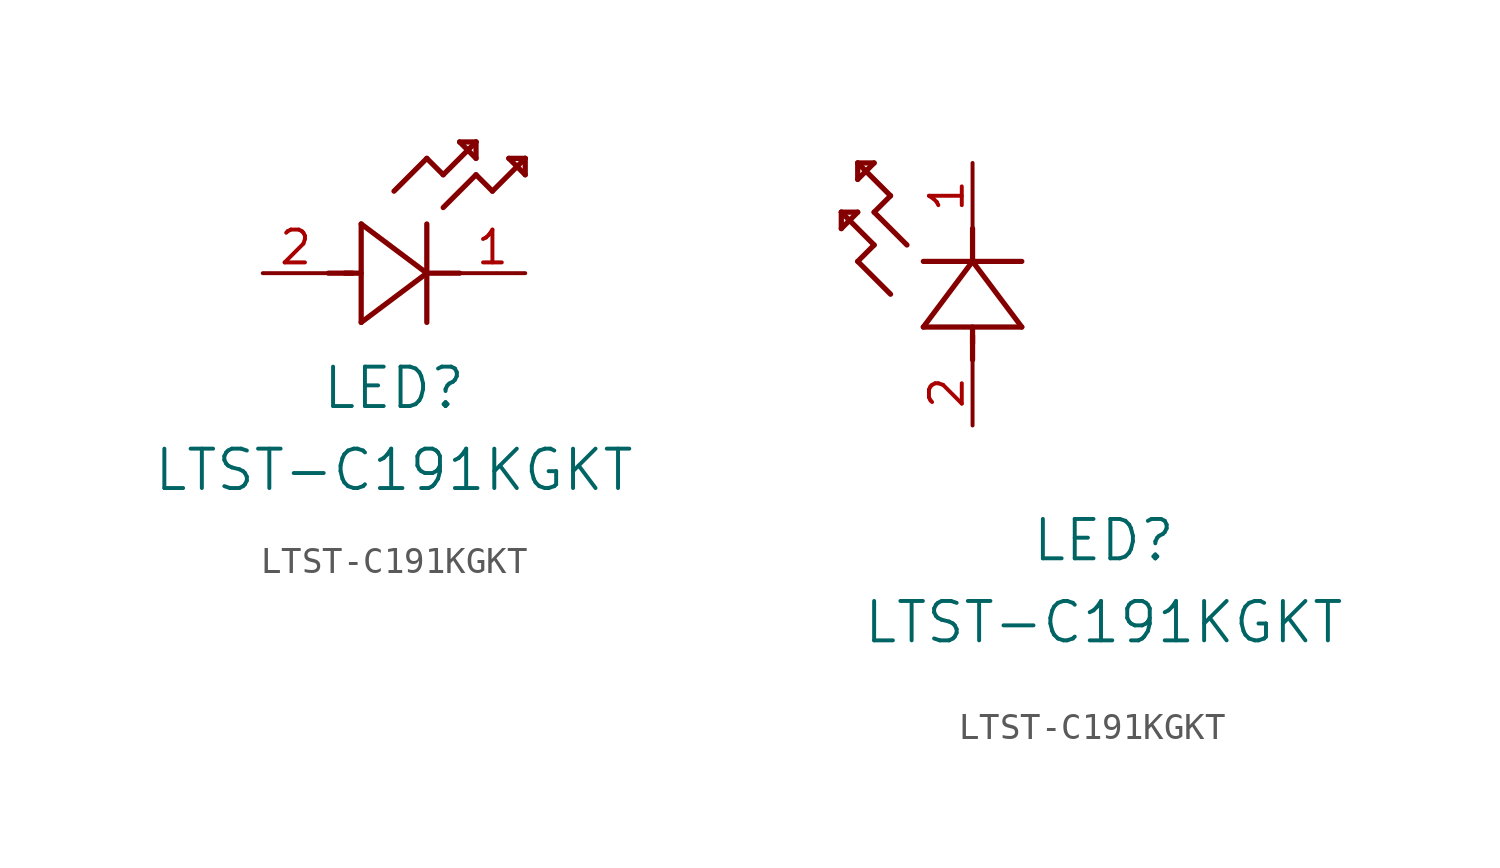
<source format=kicad_sym>
(kicad_symbol_lib
  (version 20211014)
  (generator kicad_symbol_editor)
  (symbol "LTST-C191KGKT"
    (pin_names
      (offset 0.254))
    (property "Reference" "LED"
      (at 5.08 -4.445 0)
      (effects (font (size 1.524 1.524))))
    (property "Value" "LTST-C191KGKT"
      (at 5.08 -7.62 0)
      (effects (font (size 1.524 1.524))))
    (symbol "LTST-C191KGKT_1_1"
      (polyline (pts (xy 2.54 0) (xy 3.48 0)) (stroke (width 0.203) (type default) (color 0 0 0 0)) (fill (type none)))
      (polyline (pts (xy 3.81 1.905) (xy 3.81 -1.905)) (stroke (width 0.203) (type default) (color 0 0 0 0)) (fill (type none)))
      (polyline (pts (xy 3.175 0) (xy 3.81 0)) (stroke (width 0.203) (type default) (color 0 0 0 0)) (fill (type none)))
      (polyline (pts (xy 6.35 -1.905) (xy 6.35 1.905)) (stroke (width 0.203) (type default) (color 0 0 0 0)) (fill (type none)))
      (polyline (pts (xy 6.35 0) (xy 7.62 0)) (stroke (width 0.203) (type default) (color 0 0 0 0)) (fill (type none)))
      (polyline (pts (xy 6.35 4.445) (xy 6.985 3.81)) (stroke (width 0.203) (type default) (color 0 0 0 0)) (fill (type none)))
      (polyline (pts (xy 6.985 3.81) (xy 8.255 5.08)) (stroke (width 0.203) (type default) (color 0 0 0 0)) (fill (type none)))
      (polyline (pts (xy 8.255 3.81) (xy 8.89 3.175)) (stroke (width 0.203) (type default) (color 0 0 0 0)) (fill (type none)))
      (polyline (pts (xy 8.89 3.175) (xy 10.16 4.445)) (stroke (width 0.203) (type default) (color 0 0 0 0)) (fill (type none)))
      (polyline (pts (xy 8.255 5.08) (xy 7.62 5.08)) (stroke (width 0.203) (type default) (color 0 0 0 0)) (fill (type none)))
      (polyline (pts (xy 7.62 5.08) (xy 8.255 4.445)) (stroke (width 0.203) (type default) (color 0 0 0 0)) (fill (type none)))
      (polyline (pts (xy 8.255 4.445) (xy 8.255 5.08)) (stroke (width 0.203) (type default) (color 0 0 0 0)) (fill (type none)))
      (polyline (pts (xy 10.16 4.445) (xy 9.525 4.445)) (stroke (width 0.203) (type default) (color 0 0 0 0)) (fill (type none)))
      (polyline (pts (xy 9.525 4.445) (xy 10.16 3.81)) (stroke (width 0.203) (type default) (color 0 0 0 0)) (fill (type none)))
      (polyline (pts (xy 10.16 3.81) (xy 10.16 4.445)) (stroke (width 0.203) (type default) (color 0 0 0 0)) (fill (type none)))
      (polyline (pts (xy 6.985 2.54) (xy 8.255 3.81)) (stroke (width 0.203) (type default) (color 0 0 0 0)) (fill (type none)))
      (polyline (pts (xy 6.35 0) (xy 3.81 1.905)) (stroke (width 0.203) (type default) (color 0 0 0 0)) (fill (type none)))
      (polyline (pts (xy 3.81 -1.905) (xy 6.35 0)) (stroke (width 0.203) (type default) (color 0 0 0 0)) (fill (type none)))
      (polyline (pts (xy 5.08 3.175) (xy 6.35 4.445)) (stroke (width 0.203) (type default) (color 0 0 0 0)) (fill (type none)))
      (pin unspecified line (at 10.16 0 180) (length 2.54) (name "" (effects (font (size 1.27 1.27)))) (number "1" (effects (font (size 1.27 1.27)))))
      (pin unspecified line (at 0 0 0) (length 2.54) (name "" (effects (font (size 1.27 1.27)))) (number "2" (effects (font (size 1.27 1.27))))))
    (symbol "LTST-C191KGKT_1_2"
      (polyline (pts (xy 0 2.54) (xy 0 3.48)) (stroke (width 0.203) (type default) (color 0 0 0 0)) (fill (type none)))
      (polyline (pts (xy -1.905 3.81) (xy 1.905 3.81)) (stroke (width 0.203) (type default) (color 0 0 0 0)) (fill (type none)))
      (polyline (pts (xy 0 3.175) (xy 0 3.81)) (stroke (width 0.203) (type default) (color 0 0 0 0)) (fill (type none)))
      (polyline (pts (xy 1.905 6.35) (xy -1.905 6.35)) (stroke (width 0.203) (type default) (color 0 0 0 0)) (fill (type none)))
      (polyline (pts (xy 0 6.35) (xy 0 7.62)) (stroke (width 0.203) (type default) (color 0 0 0 0)) (fill (type none)))
      (polyline (pts (xy 0 6.35) (xy -1.905 3.81)) (stroke (width 0.203) (type default) (color 0 0 0 0)) (fill (type none)))
      (polyline (pts (xy 1.905 3.81) (xy 0 6.35)) (stroke (width 0.203) (type default) (color 0 0 0 0)) (fill (type none)))
      (polyline (pts (xy -4.445 6.35) (xy -3.81 6.985)) (stroke (width 0.203) (type default) (color 0 0 0 0)) (fill (type none)))
      (polyline (pts (xy -2.54 6.985) (xy -3.81 8.255)) (stroke (width 0.203) (type default) (color 0 0 0 0)) (fill (type none)))
      (polyline (pts (xy -3.175 5.08) (xy -4.445 6.35)) (stroke (width 0.203) (type default) (color 0 0 0 0)) (fill (type none)))
      (polyline (pts (xy -4.445 10.16) (xy -4.445 9.525)) (stroke (width 0.203) (type default) (color 0 0 0 0)) (fill (type none)))
      (polyline (pts (xy -4.445 9.525) (xy -3.81 10.16)) (stroke (width 0.203) (type default) (color 0 0 0 0)) (fill (type none)))
      (polyline (pts (xy -3.81 10.16) (xy -4.445 10.16)) (stroke (width 0.203) (type default) (color 0 0 0 0)) (fill (type none)))
      (polyline (pts (xy -3.81 8.255) (xy -3.175 8.89)) (stroke (width 0.203) (type default) (color 0 0 0 0)) (fill (type none)))
      (polyline (pts (xy -3.175 8.89) (xy -4.445 10.16)) (stroke (width 0.203) (type default) (color 0 0 0 0)) (fill (type none)))
      (polyline (pts (xy -3.81 6.985) (xy -5.08 8.255)) (stroke (width 0.203) (type default) (color 0 0 0 0)) (fill (type none)))
      (polyline (pts (xy -5.08 8.255) (xy -5.08 7.62)) (stroke (width 0.203) (type default) (color 0 0 0 0)) (fill (type none)))
      (polyline (pts (xy -5.08 7.62) (xy -4.445 8.255)) (stroke (width 0.203) (type default) (color 0 0 0 0)) (fill (type none)))
      (polyline (pts (xy -4.445 8.255) (xy -5.08 8.255)) (stroke (width 0.203) (type default) (color 0 0 0 0)) (fill (type none)))
      (pin unspecified line (at 0 10.16 270) (length 2.54) (name "" (effects (font (size 1.27 1.27)))) (number "1" (effects (font (size 1.27 1.27)))))
      (pin unspecified line (at 0 0 90) (length 2.54) (name "" (effects (font (size 1.27 1.27)))) (number "2" (effects (font (size 1.27 1.27))))))))
</source>
